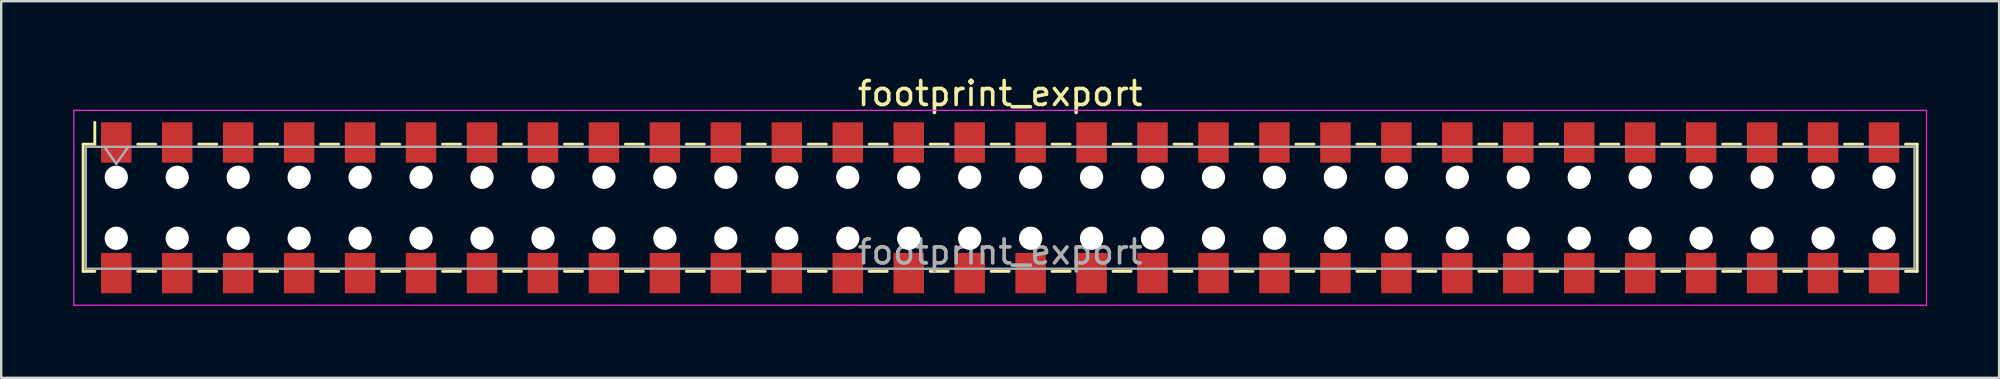
<source format=kicad_pcb>
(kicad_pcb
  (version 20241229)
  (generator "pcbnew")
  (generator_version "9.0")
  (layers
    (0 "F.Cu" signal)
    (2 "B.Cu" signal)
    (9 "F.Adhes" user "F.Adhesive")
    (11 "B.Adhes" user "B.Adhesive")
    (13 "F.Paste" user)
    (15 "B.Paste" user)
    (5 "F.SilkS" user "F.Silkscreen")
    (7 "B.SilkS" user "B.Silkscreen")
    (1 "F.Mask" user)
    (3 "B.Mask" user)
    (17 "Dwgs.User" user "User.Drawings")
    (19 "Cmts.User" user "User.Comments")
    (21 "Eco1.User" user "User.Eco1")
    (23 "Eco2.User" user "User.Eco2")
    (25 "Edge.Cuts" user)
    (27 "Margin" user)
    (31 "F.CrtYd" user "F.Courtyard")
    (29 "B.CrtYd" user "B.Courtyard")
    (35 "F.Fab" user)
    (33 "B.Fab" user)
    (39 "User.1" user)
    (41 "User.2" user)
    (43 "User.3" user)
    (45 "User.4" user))
  (footprint "footprint_export"
    (layer "F.Cu")
    (at 38.625 5.608)
    (property "Reference" "footprint_export" (at 0 -4.76 0) (layer "F.SilkS") (effects (font (size 1 1) (thickness 0.15))))
    (attr smd)
    (fp_line (start -38.21 -2.65) (end -38.21 2.65) (stroke (width 0.12) (type solid)) (layer "F.SilkS"))
    (fp_line (start -38.21 2.65) (end -37.725 2.65) (stroke (width 0.12) (type solid)) (layer "F.SilkS"))
    (fp_line (start -37.725 -3.56) (end -37.725 -2.65) (stroke (width 0.12) (type solid)) (layer "F.SilkS"))
    (fp_line (start -37.725 -2.65) (end -38.21 -2.65) (stroke (width 0.12) (type solid)) (layer "F.SilkS"))
    (fp_line (start -35.935 -2.65) (end -35.185 -2.65) (stroke (width 0.12) (type solid)) (layer "F.SilkS"))
    (fp_line (start -35.935 2.65) (end -35.185 2.65) (stroke (width 0.12) (type solid)) (layer "F.SilkS"))
    (fp_line (start -33.395 -2.65) (end -32.645 -2.65) (stroke (width 0.12) (type solid)) (layer "F.SilkS"))
    (fp_line (start -33.395 2.65) (end -32.645 2.65) (stroke (width 0.12) (type solid)) (layer "F.SilkS"))
    (fp_line (start -30.855 -2.65) (end -30.105 -2.65) (stroke (width 0.12) (type solid)) (layer "F.SilkS"))
    (fp_line (start -30.855 2.65) (end -30.105 2.65) (stroke (width 0.12) (type solid)) (layer "F.SilkS"))
    (fp_line (start -28.315 -2.65) (end -27.565 -2.65) (stroke (width 0.12) (type solid)) (layer "F.SilkS"))
    (fp_line (start -28.315 2.65) (end -27.565 2.65) (stroke (width 0.12) (type solid)) (layer "F.SilkS"))
    (fp_line (start -25.775 -2.65) (end -25.025 -2.65) (stroke (width 0.12) (type solid)) (layer "F.SilkS"))
    (fp_line (start -25.775 2.65) (end -25.025 2.65) (stroke (width 0.12) (type solid)) (layer "F.SilkS"))
    (fp_line (start -23.235 -2.65) (end -22.485 -2.65) (stroke (width 0.12) (type solid)) (layer "F.SilkS"))
    (fp_line (start -23.235 2.65) (end -22.485 2.65) (stroke (width 0.12) (type solid)) (layer "F.SilkS"))
    (fp_line (start -20.695 -2.65) (end -19.945 -2.65) (stroke (width 0.12) (type solid)) (layer "F.SilkS"))
    (fp_line (start -20.695 2.65) (end -19.945 2.65) (stroke (width 0.12) (type solid)) (layer "F.SilkS"))
    (fp_line (start -18.155 -2.65) (end -17.405 -2.65) (stroke (width 0.12) (type solid)) (layer "F.SilkS"))
    (fp_line (start -18.155 2.65) (end -17.405 2.65) (stroke (width 0.12) (type solid)) (layer "F.SilkS"))
    (fp_line (start -15.615 -2.65) (end -14.865 -2.65) (stroke (width 0.12) (type solid)) (layer "F.SilkS"))
    (fp_line (start -15.615 2.65) (end -14.865 2.65) (stroke (width 0.12) (type solid)) (layer "F.SilkS"))
    (fp_line (start -13.075 -2.65) (end -12.325 -2.65) (stroke (width 0.12) (type solid)) (layer "F.SilkS"))
    (fp_line (start -13.075 2.65) (end -12.325 2.65) (stroke (width 0.12) (type solid)) (layer "F.SilkS"))
    (fp_line (start -10.535 -2.65) (end -9.785 -2.65) (stroke (width 0.12) (type solid)) (layer "F.SilkS"))
    (fp_line (start -10.535 2.65) (end -9.785 2.65) (stroke (width 0.12) (type solid)) (layer "F.SilkS"))
    (fp_line (start -7.995 -2.65) (end -7.245 -2.65) (stroke (width 0.12) (type solid)) (layer "F.SilkS"))
    (fp_line (start -7.995 2.65) (end -7.245 2.65) (stroke (width 0.12) (type solid)) (layer "F.SilkS"))
    (fp_line (start -5.455 -2.65) (end -4.705 -2.65) (stroke (width 0.12) (type solid)) (layer "F.SilkS"))
    (fp_line (start -5.455 2.65) (end -4.705 2.65) (stroke (width 0.12) (type solid)) (layer "F.SilkS"))
    (fp_line (start -2.915 -2.65) (end -2.165 -2.65) (stroke (width 0.12) (type solid)) (layer "F.SilkS"))
    (fp_line (start -2.915 2.65) (end -2.165 2.65) (stroke (width 0.12) (type solid)) (layer "F.SilkS"))
    (fp_line (start -0.375 -2.65) (end 0.375 -2.65) (stroke (width 0.12) (type solid)) (layer "F.SilkS"))
    (fp_line (start -0.375 2.65) (end 0.375 2.65) (stroke (width 0.12) (type solid)) (layer "F.SilkS"))
    (fp_line (start 2.165 -2.65) (end 2.915 -2.65) (stroke (width 0.12) (type solid)) (layer "F.SilkS"))
    (fp_line (start 2.165 2.65) (end 2.915 2.65) (stroke (width 0.12) (type solid)) (layer "F.SilkS"))
    (fp_line (start 4.705 -2.65) (end 5.455 -2.65) (stroke (width 0.12) (type solid)) (layer "F.SilkS"))
    (fp_line (start 4.705 2.65) (end 5.455 2.65) (stroke (width 0.12) (type solid)) (layer "F.SilkS"))
    (fp_line (start 7.245 -2.65) (end 7.995 -2.65) (stroke (width 0.12) (type solid)) (layer "F.SilkS"))
    (fp_line (start 7.245 2.65) (end 7.995 2.65) (stroke (width 0.12) (type solid)) (layer "F.SilkS"))
    (fp_line (start 9.785 -2.65) (end 10.535 -2.65) (stroke (width 0.12) (type solid)) (layer "F.SilkS"))
    (fp_line (start 9.785 2.65) (end 10.535 2.65) (stroke (width 0.12) (type solid)) (layer "F.SilkS"))
    (fp_line (start 12.325 -2.65) (end 13.075 -2.65) (stroke (width 0.12) (type solid)) (layer "F.SilkS"))
    (fp_line (start 12.325 2.65) (end 13.075 2.65) (stroke (width 0.12) (type solid)) (layer "F.SilkS"))
    (fp_line (start 14.865 -2.65) (end 15.615 -2.65) (stroke (width 0.12) (type solid)) (layer "F.SilkS"))
    (fp_line (start 14.865 2.65) (end 15.615 2.65) (stroke (width 0.12) (type solid)) (layer "F.SilkS"))
    (fp_line (start 17.405 -2.65) (end 18.155 -2.65) (stroke (width 0.12) (type solid)) (layer "F.SilkS"))
    (fp_line (start 17.405 2.65) (end 18.155 2.65) (stroke (width 0.12) (type solid)) (layer "F.SilkS"))
    (fp_line (start 19.945 -2.65) (end 20.695 -2.65) (stroke (width 0.12) (type solid)) (layer "F.SilkS"))
    (fp_line (start 19.945 2.65) (end 20.695 2.65) (stroke (width 0.12) (type solid)) (layer "F.SilkS"))
    (fp_line (start 22.485 -2.65) (end 23.235 -2.65) (stroke (width 0.12) (type solid)) (layer "F.SilkS"))
    (fp_line (start 22.485 2.65) (end 23.235 2.65) (stroke (width 0.12) (type solid)) (layer "F.SilkS"))
    (fp_line (start 25.025 -2.65) (end 25.775 -2.65) (stroke (width 0.12) (type solid)) (layer "F.SilkS"))
    (fp_line (start 25.025 2.65) (end 25.775 2.65) (stroke (width 0.12) (type solid)) (layer "F.SilkS"))
    (fp_line (start 27.565 -2.65) (end 28.315 -2.65) (stroke (width 0.12) (type solid)) (layer "F.SilkS"))
    (fp_line (start 27.565 2.65) (end 28.315 2.65) (stroke (width 0.12) (type solid)) (layer "F.SilkS"))
    (fp_line (start 30.105 -2.65) (end 30.855 -2.65) (stroke (width 0.12) (type solid)) (layer "F.SilkS"))
    (fp_line (start 30.105 2.65) (end 30.855 2.65) (stroke (width 0.12) (type solid)) (layer "F.SilkS"))
    (fp_line (start 32.645 -2.65) (end 33.395 -2.65) (stroke (width 0.12) (type solid)) (layer "F.SilkS"))
    (fp_line (start 32.645 2.65) (end 33.395 2.65) (stroke (width 0.12) (type solid)) (layer "F.SilkS"))
    (fp_line (start 35.185 -2.65) (end 35.935 -2.65) (stroke (width 0.12) (type solid)) (layer "F.SilkS"))
    (fp_line (start 35.185 2.65) (end 35.935 2.65) (stroke (width 0.12) (type solid)) (layer "F.SilkS"))
    (fp_line (start 37.725 -2.65) (end 38.21 -2.65) (stroke (width 0.12) (type solid)) (layer "F.SilkS"))
    (fp_line (start 38.21 -2.65) (end 38.21 2.65) (stroke (width 0.12) (type solid)) (layer "F.SilkS"))
    (fp_line (start 38.21 2.65) (end 37.725 2.65) (stroke (width 0.12) (type solid)) (layer "F.SilkS"))
    (fp_line (start -38.6 -4.06) (end 38.6 -4.06) (stroke (width 0.05) (type solid)) (layer "F.CrtYd"))
    (fp_line (start -38.6 4.06) (end -38.6 -4.06) (stroke (width 0.05) (type solid)) (layer "F.CrtYd"))
    (fp_line (start 38.6 -4.06) (end 38.6 4.06) (stroke (width 0.05) (type solid)) (layer "F.CrtYd"))
    (fp_line (start 38.6 4.06) (end -38.6 4.06) (stroke (width 0.05) (type solid)) (layer "F.CrtYd"))
    (fp_line (start -38.1 -2.54) (end 38.1 -2.54) (stroke (width 0.1) (type solid)) (layer "F.Fab"))
    (fp_line (start -38.1 2.54) (end -38.1 -2.54) (stroke (width 0.1) (type solid)) (layer "F.Fab"))
    (fp_line (start -37.33 -2.54) (end -36.83 -1.833) (stroke (width 0.1) (type solid)) (layer "F.Fab"))
    (fp_line (start -36.83 -1.833) (end -36.33 -2.54) (stroke (width 0.1) (type solid)) (layer "F.Fab"))
    (fp_line (start 38.1 -2.54) (end 38.1 2.54) (stroke (width 0.1) (type solid)) (layer "F.Fab"))
    (fp_line (start 38.1 2.54) (end -38.1 2.54) (stroke (width 0.1) (type solid)) (layer "F.Fab"))
    (fp_text user "${REFERENCE}" (at 0 1.84 0) (layer "F.Fab") (effects (font (size 1 1) (thickness 0.15))))
    (pad "" np_thru_hole circle (at -36.83 -1.27) (size 0.97 0.97) (drill 0.97) (layers "*.Cu" "*.Mask"))
    (pad "" np_thru_hole circle (at -36.83 1.27) (size 0.97 0.97) (drill 0.97) (layers "*.Cu" "*.Mask"))
    (pad "" np_thru_hole circle (at -34.29 -1.27) (size 0.97 0.97) (drill 0.97) (layers "*.Cu" "*.Mask"))
    (pad "" np_thru_hole circle (at -34.29 1.27) (size 0.97 0.97) (drill 0.97) (layers "*.Cu" "*.Mask"))
    (pad "" np_thru_hole circle (at -31.75 -1.27) (size 0.97 0.97) (drill 0.97) (layers "*.Cu" "*.Mask"))
    (pad "" np_thru_hole circle (at -31.75 1.27) (size 0.97 0.97) (drill 0.97) (layers "*.Cu" "*.Mask"))
    (pad "" np_thru_hole circle (at -29.21 -1.27) (size 0.97 0.97) (drill 0.97) (layers "*.Cu" "*.Mask"))
    (pad "" np_thru_hole circle (at -29.21 1.27) (size 0.97 0.97) (drill 0.97) (layers "*.Cu" "*.Mask"))
    (pad "" np_thru_hole circle (at -26.67 -1.27) (size 0.97 0.97) (drill 0.97) (layers "*.Cu" "*.Mask"))
    (pad "" np_thru_hole circle (at -26.67 1.27) (size 0.97 0.97) (drill 0.97) (layers "*.Cu" "*.Mask"))
    (pad "" np_thru_hole circle (at -24.13 -1.27) (size 0.97 0.97) (drill 0.97) (layers "*.Cu" "*.Mask"))
    (pad "" np_thru_hole circle (at -24.13 1.27) (size 0.97 0.97) (drill 0.97) (layers "*.Cu" "*.Mask"))
    (pad "" np_thru_hole circle (at -21.59 -1.27) (size 0.97 0.97) (drill 0.97) (layers "*.Cu" "*.Mask"))
    (pad "" np_thru_hole circle (at -21.59 1.27) (size 0.97 0.97) (drill 0.97) (layers "*.Cu" "*.Mask"))
    (pad "" np_thru_hole circle (at -19.05 -1.27) (size 0.97 0.97) (drill 0.97) (layers "*.Cu" "*.Mask"))
    (pad "" np_thru_hole circle (at -19.05 1.27) (size 0.97 0.97) (drill 0.97) (layers "*.Cu" "*.Mask"))
    (pad "" np_thru_hole circle (at -16.51 -1.27) (size 0.97 0.97) (drill 0.97) (layers "*.Cu" "*.Mask"))
    (pad "" np_thru_hole circle (at -16.51 1.27) (size 0.97 0.97) (drill 0.97) (layers "*.Cu" "*.Mask"))
    (pad "" np_thru_hole circle (at -13.97 -1.27) (size 0.97 0.97) (drill 0.97) (layers "*.Cu" "*.Mask"))
    (pad "" np_thru_hole circle (at -13.97 1.27) (size 0.97 0.97) (drill 0.97) (layers "*.Cu" "*.Mask"))
    (pad "" np_thru_hole circle (at -11.43 -1.27) (size 0.97 0.97) (drill 0.97) (layers "*.Cu" "*.Mask"))
    (pad "" np_thru_hole circle (at -11.43 1.27) (size 0.97 0.97) (drill 0.97) (layers "*.Cu" "*.Mask"))
    (pad "" np_thru_hole circle (at -8.89 -1.27) (size 0.97 0.97) (drill 0.97) (layers "*.Cu" "*.Mask"))
    (pad "" np_thru_hole circle (at -8.89 1.27) (size 0.97 0.97) (drill 0.97) (layers "*.Cu" "*.Mask"))
    (pad "" np_thru_hole circle (at -6.35 -1.27) (size 0.97 0.97) (drill 0.97) (layers "*.Cu" "*.Mask"))
    (pad "" np_thru_hole circle (at -6.35 1.27) (size 0.97 0.97) (drill 0.97) (layers "*.Cu" "*.Mask"))
    (pad "" np_thru_hole circle (at -3.81 -1.27) (size 0.97 0.97) (drill 0.97) (layers "*.Cu" "*.Mask"))
    (pad "" np_thru_hole circle (at -3.81 1.27) (size 0.97 0.97) (drill 0.97) (layers "*.Cu" "*.Mask"))
    (pad "" np_thru_hole circle (at -1.27 -1.27) (size 0.97 0.97) (drill 0.97) (layers "*.Cu" "*.Mask"))
    (pad "" np_thru_hole circle (at -1.27 1.27) (size 0.97 0.97) (drill 0.97) (layers "*.Cu" "*.Mask"))
    (pad "" np_thru_hole circle (at 1.27 -1.27) (size 0.97 0.97) (drill 0.97) (layers "*.Cu" "*.Mask"))
    (pad "" np_thru_hole circle (at 1.27 1.27) (size 0.97 0.97) (drill 0.97) (layers "*.Cu" "*.Mask"))
    (pad "" np_thru_hole circle (at 3.81 -1.27) (size 0.97 0.97) (drill 0.97) (layers "*.Cu" "*.Mask"))
    (pad "" np_thru_hole circle (at 3.81 1.27) (size 0.97 0.97) (drill 0.97) (layers "*.Cu" "*.Mask"))
    (pad "" np_thru_hole circle (at 6.35 -1.27) (size 0.97 0.97) (drill 0.97) (layers "*.Cu" "*.Mask"))
    (pad "" np_thru_hole circle (at 6.35 1.27) (size 0.97 0.97) (drill 0.97) (layers "*.Cu" "*.Mask"))
    (pad "" np_thru_hole circle (at 8.89 -1.27) (size 0.97 0.97) (drill 0.97) (layers "*.Cu" "*.Mask"))
    (pad "" np_thru_hole circle (at 8.89 1.27) (size 0.97 0.97) (drill 0.97) (layers "*.Cu" "*.Mask"))
    (pad "" np_thru_hole circle (at 11.43 -1.27) (size 0.97 0.97) (drill 0.97) (layers "*.Cu" "*.Mask"))
    (pad "" np_thru_hole circle (at 11.43 1.27) (size 0.97 0.97) (drill 0.97) (layers "*.Cu" "*.Mask"))
    (pad "" np_thru_hole circle (at 13.97 -1.27) (size 0.97 0.97) (drill 0.97) (layers "*.Cu" "*.Mask"))
    (pad "" np_thru_hole circle (at 13.97 1.27) (size 0.97 0.97) (drill 0.97) (layers "*.Cu" "*.Mask"))
    (pad "" np_thru_hole circle (at 16.51 -1.27) (size 0.97 0.97) (drill 0.97) (layers "*.Cu" "*.Mask"))
    (pad "" np_thru_hole circle (at 16.51 1.27) (size 0.97 0.97) (drill 0.97) (layers "*.Cu" "*.Mask"))
    (pad "" np_thru_hole circle (at 19.05 -1.27) (size 0.97 0.97) (drill 0.97) (layers "*.Cu" "*.Mask"))
    (pad "" np_thru_hole circle (at 19.05 1.27) (size 0.97 0.97) (drill 0.97) (layers "*.Cu" "*.Mask"))
    (pad "" np_thru_hole circle (at 21.59 -1.27) (size 0.97 0.97) (drill 0.97) (layers "*.Cu" "*.Mask"))
    (pad "" np_thru_hole circle (at 21.59 1.27) (size 0.97 0.97) (drill 0.97) (layers "*.Cu" "*.Mask"))
    (pad "" np_thru_hole circle (at 24.13 -1.27) (size 0.97 0.97) (drill 0.97) (layers "*.Cu" "*.Mask"))
    (pad "" np_thru_hole circle (at 24.13 1.27) (size 0.97 0.97) (drill 0.97) (layers "*.Cu" "*.Mask"))
    (pad "" np_thru_hole circle (at 26.67 -1.27) (size 0.97 0.97) (drill 0.97) (layers "*.Cu" "*.Mask"))
    (pad "" np_thru_hole circle (at 26.67 1.27) (size 0.97 0.97) (drill 0.97) (layers "*.Cu" "*.Mask"))
    (pad "" np_thru_hole circle (at 29.21 -1.27) (size 0.97 0.97) (drill 0.97) (layers "*.Cu" "*.Mask"))
    (pad "" np_thru_hole circle (at 29.21 1.27) (size 0.97 0.97) (drill 0.97) (layers "*.Cu" "*.Mask"))
    (pad "" np_thru_hole circle (at 31.75 -1.27) (size 0.97 0.97) (drill 0.97) (layers "*.Cu" "*.Mask"))
    (pad "" np_thru_hole circle (at 31.75 1.27) (size 0.97 0.97) (drill 0.97) (layers "*.Cu" "*.Mask"))
    (pad "" np_thru_hole circle (at 34.29 -1.27) (size 0.97 0.97) (drill 0.97) (layers "*.Cu" "*.Mask"))
    (pad "" np_thru_hole circle (at 34.29 1.27) (size 0.97 0.97) (drill 0.97) (layers "*.Cu" "*.Mask"))
    (pad "" np_thru_hole circle (at 36.83 -1.27) (size 0.97 0.97) (drill 0.97) (layers "*.Cu" "*.Mask"))
    (pad "" np_thru_hole circle (at 36.83 1.27) (size 0.97 0.97) (drill 0.97) (layers "*.Cu" "*.Mask"))
    (pad "1" smd rect (at -36.83 -2.72) (size 1.27 1.68) (layers "F.Cu" "F.Mask" "F.Paste"))
    (pad "2" smd rect (at -36.83 2.72) (size 1.27 1.68) (layers "F.Cu" "F.Mask" "F.Paste"))
    (pad "3" smd rect (at -34.29 -2.72) (size 1.27 1.68) (layers "F.Cu" "F.Mask" "F.Paste"))
    (pad "4" smd rect (at -34.29 2.72) (size 1.27 1.68) (layers "F.Cu" "F.Mask" "F.Paste"))
    (pad "5" smd rect (at -31.75 -2.72) (size 1.27 1.68) (layers "F.Cu" "F.Mask" "F.Paste"))
    (pad "6" smd rect (at -31.75 2.72) (size 1.27 1.68) (layers "F.Cu" "F.Mask" "F.Paste"))
    (pad "7" smd rect (at -29.21 -2.72) (size 1.27 1.68) (layers "F.Cu" "F.Mask" "F.Paste"))
    (pad "8" smd rect (at -29.21 2.72) (size 1.27 1.68) (layers "F.Cu" "F.Mask" "F.Paste"))
    (pad "9" smd rect (at -26.67 -2.72) (size 1.27 1.68) (layers "F.Cu" "F.Mask" "F.Paste"))
    (pad "10" smd rect (at -26.67 2.72) (size 1.27 1.68) (layers "F.Cu" "F.Mask" "F.Paste"))
    (pad "11" smd rect (at -24.13 -2.72) (size 1.27 1.68) (layers "F.Cu" "F.Mask" "F.Paste"))
    (pad "12" smd rect (at -24.13 2.72) (size 1.27 1.68) (layers "F.Cu" "F.Mask" "F.Paste"))
    (pad "13" smd rect (at -21.59 -2.72) (size 1.27 1.68) (layers "F.Cu" "F.Mask" "F.Paste"))
    (pad "14" smd rect (at -21.59 2.72) (size 1.27 1.68) (layers "F.Cu" "F.Mask" "F.Paste"))
    (pad "15" smd rect (at -19.05 -2.72) (size 1.27 1.68) (layers "F.Cu" "F.Mask" "F.Paste"))
    (pad "16" smd rect (at -19.05 2.72) (size 1.27 1.68) (layers "F.Cu" "F.Mask" "F.Paste"))
    (pad "17" smd rect (at -16.51 -2.72) (size 1.27 1.68) (layers "F.Cu" "F.Mask" "F.Paste"))
    (pad "18" smd rect (at -16.51 2.72) (size 1.27 1.68) (layers "F.Cu" "F.Mask" "F.Paste"))
    (pad "19" smd rect (at -13.97 -2.72) (size 1.27 1.68) (layers "F.Cu" "F.Mask" "F.Paste"))
    (pad "20" smd rect (at -13.97 2.72) (size 1.27 1.68) (layers "F.Cu" "F.Mask" "F.Paste"))
    (pad "21" smd rect (at -11.43 -2.72) (size 1.27 1.68) (layers "F.Cu" "F.Mask" "F.Paste"))
    (pad "22" smd rect (at -11.43 2.72) (size 1.27 1.68) (layers "F.Cu" "F.Mask" "F.Paste"))
    (pad "23" smd rect (at -8.89 -2.72) (size 1.27 1.68) (layers "F.Cu" "F.Mask" "F.Paste"))
    (pad "24" smd rect (at -8.89 2.72) (size 1.27 1.68) (layers "F.Cu" "F.Mask" "F.Paste"))
    (pad "25" smd rect (at -6.35 -2.72) (size 1.27 1.68) (layers "F.Cu" "F.Mask" "F.Paste"))
    (pad "26" smd rect (at -6.35 2.72) (size 1.27 1.68) (layers "F.Cu" "F.Mask" "F.Paste"))
    (pad "27" smd rect (at -3.81 -2.72) (size 1.27 1.68) (layers "F.Cu" "F.Mask" "F.Paste"))
    (pad "28" smd rect (at -3.81 2.72) (size 1.27 1.68) (layers "F.Cu" "F.Mask" "F.Paste"))
    (pad "29" smd rect (at -1.27 -2.72) (size 1.27 1.68) (layers "F.Cu" "F.Mask" "F.Paste"))
    (pad "30" smd rect (at -1.27 2.72) (size 1.27 1.68) (layers "F.Cu" "F.Mask" "F.Paste"))
    (pad "31" smd rect (at 1.27 -2.72) (size 1.27 1.68) (layers "F.Cu" "F.Mask" "F.Paste"))
    (pad "32" smd rect (at 1.27 2.72) (size 1.27 1.68) (layers "F.Cu" "F.Mask" "F.Paste"))
    (pad "33" smd rect (at 3.81 -2.72) (size 1.27 1.68) (layers "F.Cu" "F.Mask" "F.Paste"))
    (pad "34" smd rect (at 3.81 2.72) (size 1.27 1.68) (layers "F.Cu" "F.Mask" "F.Paste"))
    (pad "35" smd rect (at 6.35 -2.72) (size 1.27 1.68) (layers "F.Cu" "F.Mask" "F.Paste"))
    (pad "36" smd rect (at 6.35 2.72) (size 1.27 1.68) (layers "F.Cu" "F.Mask" "F.Paste"))
    (pad "37" smd rect (at 8.89 -2.72) (size 1.27 1.68) (layers "F.Cu" "F.Mask" "F.Paste"))
    (pad "38" smd rect (at 8.89 2.72) (size 1.27 1.68) (layers "F.Cu" "F.Mask" "F.Paste"))
    (pad "39" smd rect (at 11.43 -2.72) (size 1.27 1.68) (layers "F.Cu" "F.Mask" "F.Paste"))
    (pad "40" smd rect (at 11.43 2.72) (size 1.27 1.68) (layers "F.Cu" "F.Mask" "F.Paste"))
    (pad "41" smd rect (at 13.97 -2.72) (size 1.27 1.68) (layers "F.Cu" "F.Mask" "F.Paste"))
    (pad "42" smd rect (at 13.97 2.72) (size 1.27 1.68) (layers "F.Cu" "F.Mask" "F.Paste"))
    (pad "43" smd rect (at 16.51 -2.72) (size 1.27 1.68) (layers "F.Cu" "F.Mask" "F.Paste"))
    (pad "44" smd rect (at 16.51 2.72) (size 1.27 1.68) (layers "F.Cu" "F.Mask" "F.Paste"))
    (pad "45" smd rect (at 19.05 -2.72) (size 1.27 1.68) (layers "F.Cu" "F.Mask" "F.Paste"))
    (pad "46" smd rect (at 19.05 2.72) (size 1.27 1.68) (layers "F.Cu" "F.Mask" "F.Paste"))
    (pad "47" smd rect (at 21.59 -2.72) (size 1.27 1.68) (layers "F.Cu" "F.Mask" "F.Paste"))
    (pad "48" smd rect (at 21.59 2.72) (size 1.27 1.68) (layers "F.Cu" "F.Mask" "F.Paste"))
    (pad "49" smd rect (at 24.13 -2.72) (size 1.27 1.68) (layers "F.Cu" "F.Mask" "F.Paste"))
    (pad "50" smd rect (at 24.13 2.72) (size 1.27 1.68) (layers "F.Cu" "F.Mask" "F.Paste"))
    (pad "51" smd rect (at 26.67 -2.72) (size 1.27 1.68) (layers "F.Cu" "F.Mask" "F.Paste"))
    (pad "52" smd rect (at 26.67 2.72) (size 1.27 1.68) (layers "F.Cu" "F.Mask" "F.Paste"))
    (pad "53" smd rect (at 29.21 -2.72) (size 1.27 1.68) (layers "F.Cu" "F.Mask" "F.Paste"))
    (pad "54" smd rect (at 29.21 2.72) (size 1.27 1.68) (layers "F.Cu" "F.Mask" "F.Paste"))
    (pad "55" smd rect (at 31.75 -2.72) (size 1.27 1.68) (layers "F.Cu" "F.Mask" "F.Paste"))
    (pad "56" smd rect (at 31.75 2.72) (size 1.27 1.68) (layers "F.Cu" "F.Mask" "F.Paste"))
    (pad "57" smd rect (at 34.29 -2.72) (size 1.27 1.68) (layers "F.Cu" "F.Mask" "F.Paste"))
    (pad "58" smd rect (at 34.29 2.72) (size 1.27 1.68) (layers "F.Cu" "F.Mask" "F.Paste"))
    (pad "59" smd rect (at 36.83 -2.72) (size 1.27 1.68) (layers "F.Cu" "F.Mask" "F.Paste"))
    (pad "60" smd rect (at 36.83 2.72) (size 1.27 1.68) (layers "F.Cu" "F.Mask" "F.Paste")))
  (gr_rect
    (start -3 -3)
    (end 80.25 12.693)
    (stroke (width 0.1) (type default))
    (fill no)
    (layer "Edge.Cuts")))
</source>
